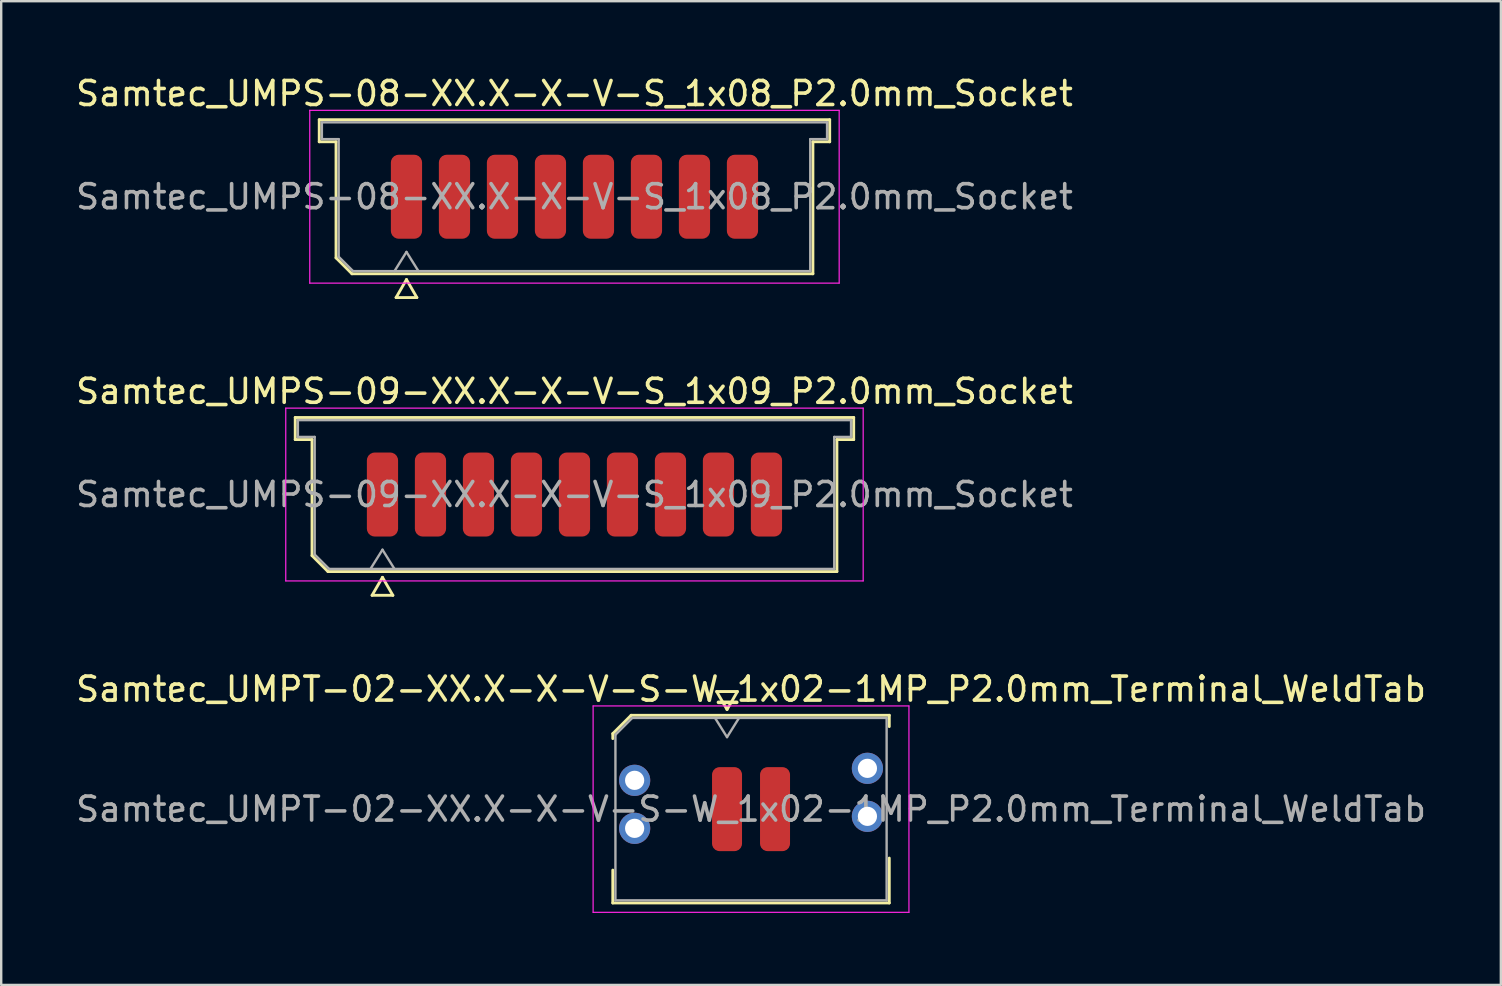
<source format=kicad_pcb>
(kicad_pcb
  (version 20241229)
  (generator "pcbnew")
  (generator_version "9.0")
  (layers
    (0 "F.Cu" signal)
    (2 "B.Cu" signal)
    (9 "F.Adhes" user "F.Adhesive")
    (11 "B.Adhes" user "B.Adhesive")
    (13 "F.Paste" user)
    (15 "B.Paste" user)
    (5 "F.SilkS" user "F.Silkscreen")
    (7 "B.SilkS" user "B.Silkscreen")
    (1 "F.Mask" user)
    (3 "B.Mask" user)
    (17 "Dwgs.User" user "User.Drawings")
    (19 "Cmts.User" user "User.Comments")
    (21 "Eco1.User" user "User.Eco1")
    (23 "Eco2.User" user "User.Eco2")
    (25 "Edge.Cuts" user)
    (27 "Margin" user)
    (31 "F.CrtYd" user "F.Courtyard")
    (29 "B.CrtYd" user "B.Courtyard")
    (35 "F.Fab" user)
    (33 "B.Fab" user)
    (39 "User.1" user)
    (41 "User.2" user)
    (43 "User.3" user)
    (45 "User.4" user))
  (footprint "Samtec_UMPS-08-XX.X-X-V-S_1x08_P2.0mm_Socket"
    (layer "F.Cu")
    (at 20.887 5.148)
    (property "Reference" "Samtec_UMPS-08-XX.X-X-V-S_1x08_P2.0mm_Socket" (at 0 -4.3 0) (layer "F.SilkS") (effects (font (size 1 1) (thickness 0.15))))
    (attr smd)
    (fp_line (start -10.635 -3.21) (end 10.635 -3.21) (stroke (width 0.12) (type solid)) (layer "F.SilkS"))
    (fp_line (start -10.635 -2.29) (end -10.635 -3.21) (stroke (width 0.12) (type solid)) (layer "F.SilkS"))
    (fp_line (start -9.935 -2.29) (end -10.635 -2.29) (stroke (width 0.12) (type solid)) (layer "F.SilkS"))
    (fp_line (start -9.935 2.546) (end -9.935 -2.29) (stroke (width 0.12) (type solid)) (layer "F.SilkS"))
    (fp_line (start -9.271 3.21) (end -9.935 2.546) (stroke (width 0.12) (type solid)) (layer "F.SilkS"))
    (fp_line (start -7.433 4.2) (end -7 3.45) (stroke (width 0.12) (type solid)) (layer "F.SilkS"))
    (fp_line (start -7 3.45) (end -6.567 4.2) (stroke (width 0.12) (type solid)) (layer "F.SilkS"))
    (fp_line (start -6.567 4.2) (end -7.433 4.2) (stroke (width 0.12) (type solid)) (layer "F.SilkS"))
    (fp_line (start 9.935 -2.29) (end 9.935 3.21) (stroke (width 0.12) (type solid)) (layer "F.SilkS"))
    (fp_line (start 9.935 3.21) (end -9.271 3.21) (stroke (width 0.12) (type solid)) (layer "F.SilkS"))
    (fp_line (start 10.635 -3.21) (end 10.635 -2.29) (stroke (width 0.12) (type solid)) (layer "F.SilkS"))
    (fp_line (start 10.635 -2.29) (end 9.935 -2.29) (stroke (width 0.12) (type solid)) (layer "F.SilkS"))
    (fp_line (start -11.03 -3.6) (end -11.03 3.6) (stroke (width 0.05) (type solid)) (layer "F.CrtYd"))
    (fp_line (start -11.03 3.6) (end 11.03 3.6) (stroke (width 0.05) (type solid)) (layer "F.CrtYd"))
    (fp_line (start 11.03 -3.6) (end -11.03 -3.6) (stroke (width 0.05) (type solid)) (layer "F.CrtYd"))
    (fp_line (start 11.03 3.6) (end 11.03 -3.6) (stroke (width 0.05) (type solid)) (layer "F.CrtYd"))
    (fp_line (start -10.525 -3.1) (end 10.525 -3.1) (stroke (width 0.1) (type solid)) (layer "F.Fab"))
    (fp_line (start -10.525 -2.4) (end -10.525 -3.1) (stroke (width 0.1) (type solid)) (layer "F.Fab"))
    (fp_line (start -9.825 -2.4) (end -10.525 -2.4) (stroke (width 0.1) (type solid)) (layer "F.Fab"))
    (fp_line (start -9.825 2.5) (end -9.825 -2.4) (stroke (width 0.1) (type solid)) (layer "F.Fab"))
    (fp_line (start -9.225 3.1) (end -9.825 2.5) (stroke (width 0.1) (type solid)) (layer "F.Fab"))
    (fp_line (start -7.5 3.1) (end -7 2.3) (stroke (width 0.1) (type solid)) (layer "F.Fab"))
    (fp_line (start -7 2.3) (end -6.5 3.1) (stroke (width 0.1) (type solid)) (layer "F.Fab"))
    (fp_line (start 9.825 -2.4) (end 9.825 3.1) (stroke (width 0.1) (type solid)) (layer "F.Fab"))
    (fp_line (start 9.825 3.1) (end -9.225 3.1) (stroke (width 0.1) (type solid)) (layer "F.Fab"))
    (fp_line (start 10.525 -3.1) (end 10.525 -2.4) (stroke (width 0.1) (type solid)) (layer "F.Fab"))
    (fp_line (start 10.525 -2.4) (end 9.825 -2.4) (stroke (width 0.1) (type solid)) (layer "F.Fab"))
    (fp_text user "${REFERENCE}" (at 0 0 0) (layer "F.Fab") (effects (font (size 1 1) (thickness 0.15))))
    (pad "1" smd roundrect (at -7 0) (size 1.3 3.5) (layers "F.Cu" "F.Mask" "F.Paste") (roundrect_rratio 0.25))
    (pad "2" smd roundrect (at -5 0) (size 1.3 3.5) (layers "F.Cu" "F.Mask" "F.Paste") (roundrect_rratio 0.25))
    (pad "3" smd roundrect (at -3 0) (size 1.3 3.5) (layers "F.Cu" "F.Mask" "F.Paste") (roundrect_rratio 0.25))
    (pad "4" smd roundrect (at -1 0) (size 1.3 3.5) (layers "F.Cu" "F.Mask" "F.Paste") (roundrect_rratio 0.25))
    (pad "5" smd roundrect (at 1 0) (size 1.3 3.5) (layers "F.Cu" "F.Mask" "F.Paste") (roundrect_rratio 0.25))
    (pad "6" smd roundrect (at 3 0) (size 1.3 3.5) (layers "F.Cu" "F.Mask" "F.Paste") (roundrect_rratio 0.25))
    (pad "7" smd roundrect (at 5 0) (size 1.3 3.5) (layers "F.Cu" "F.Mask" "F.Paste") (roundrect_rratio 0.25))
    (pad "8" smd roundrect (at 7 0) (size 1.3 3.5) (layers "F.Cu" "F.Mask" "F.Paste") (roundrect_rratio 0.25)))
  (footprint "Samtec_UMPS-09-XX.X-X-V-S_1x09_P2.0mm_Socket"
    (layer "F.Cu")
    (at 20.887 17.556)
    (property "Reference" "Samtec_UMPS-09-XX.X-X-V-S_1x09_P2.0mm_Socket" (at 0 -4.3 0) (layer "F.SilkS") (effects (font (size 1 1) (thickness 0.15))))
    (attr smd)
    (fp_line (start -11.635 -3.21) (end 11.635 -3.21) (stroke (width 0.12) (type solid)) (layer "F.SilkS"))
    (fp_line (start -11.635 -2.29) (end -11.635 -3.21) (stroke (width 0.12) (type solid)) (layer "F.SilkS"))
    (fp_line (start -10.935 -2.29) (end -11.635 -2.29) (stroke (width 0.12) (type solid)) (layer "F.SilkS"))
    (fp_line (start -10.935 2.546) (end -10.935 -2.29) (stroke (width 0.12) (type solid)) (layer "F.SilkS"))
    (fp_line (start -10.271 3.21) (end -10.935 2.546) (stroke (width 0.12) (type solid)) (layer "F.SilkS"))
    (fp_line (start -8.433 4.2) (end -8 3.45) (stroke (width 0.12) (type solid)) (layer "F.SilkS"))
    (fp_line (start -8 3.45) (end -7.567 4.2) (stroke (width 0.12) (type solid)) (layer "F.SilkS"))
    (fp_line (start -7.567 4.2) (end -8.433 4.2) (stroke (width 0.12) (type solid)) (layer "F.SilkS"))
    (fp_line (start 10.935 -2.29) (end 10.935 3.21) (stroke (width 0.12) (type solid)) (layer "F.SilkS"))
    (fp_line (start 10.935 3.21) (end -10.271 3.21) (stroke (width 0.12) (type solid)) (layer "F.SilkS"))
    (fp_line (start 11.635 -3.21) (end 11.635 -2.29) (stroke (width 0.12) (type solid)) (layer "F.SilkS"))
    (fp_line (start 11.635 -2.29) (end 10.935 -2.29) (stroke (width 0.12) (type solid)) (layer "F.SilkS"))
    (fp_line (start -12.03 -3.6) (end -12.03 3.6) (stroke (width 0.05) (type solid)) (layer "F.CrtYd"))
    (fp_line (start -12.03 3.6) (end 12.03 3.6) (stroke (width 0.05) (type solid)) (layer "F.CrtYd"))
    (fp_line (start 12.03 -3.6) (end -12.03 -3.6) (stroke (width 0.05) (type solid)) (layer "F.CrtYd"))
    (fp_line (start 12.03 3.6) (end 12.03 -3.6) (stroke (width 0.05) (type solid)) (layer "F.CrtYd"))
    (fp_line (start -11.525 -3.1) (end 11.525 -3.1) (stroke (width 0.1) (type solid)) (layer "F.Fab"))
    (fp_line (start -11.525 -2.4) (end -11.525 -3.1) (stroke (width 0.1) (type solid)) (layer "F.Fab"))
    (fp_line (start -10.825 -2.4) (end -11.525 -2.4) (stroke (width 0.1) (type solid)) (layer "F.Fab"))
    (fp_line (start -10.825 2.5) (end -10.825 -2.4) (stroke (width 0.1) (type solid)) (layer "F.Fab"))
    (fp_line (start -10.225 3.1) (end -10.825 2.5) (stroke (width 0.1) (type solid)) (layer "F.Fab"))
    (fp_line (start -8.5 3.1) (end -8 2.3) (stroke (width 0.1) (type solid)) (layer "F.Fab"))
    (fp_line (start -8 2.3) (end -7.5 3.1) (stroke (width 0.1) (type solid)) (layer "F.Fab"))
    (fp_line (start 10.825 -2.4) (end 10.825 3.1) (stroke (width 0.1) (type solid)) (layer "F.Fab"))
    (fp_line (start 10.825 3.1) (end -10.225 3.1) (stroke (width 0.1) (type solid)) (layer "F.Fab"))
    (fp_line (start 11.525 -3.1) (end 11.525 -2.4) (stroke (width 0.1) (type solid)) (layer "F.Fab"))
    (fp_line (start 11.525 -2.4) (end 10.825 -2.4) (stroke (width 0.1) (type solid)) (layer "F.Fab"))
    (fp_text user "${REFERENCE}" (at 0 0 0) (layer "F.Fab") (effects (font (size 1 1) (thickness 0.15))))
    (pad "1" smd roundrect (at -8 0) (size 1.3 3.5) (layers "F.Cu" "F.Mask" "F.Paste") (roundrect_rratio 0.25))
    (pad "2" smd roundrect (at -6 0) (size 1.3 3.5) (layers "F.Cu" "F.Mask" "F.Paste") (roundrect_rratio 0.25))
    (pad "3" smd roundrect (at -4 0) (size 1.3 3.5) (layers "F.Cu" "F.Mask" "F.Paste") (roundrect_rratio 0.25))
    (pad "4" smd roundrect (at -2 0) (size 1.3 3.5) (layers "F.Cu" "F.Mask" "F.Paste") (roundrect_rratio 0.25))
    (pad "5" smd roundrect (at 0 0) (size 1.3 3.5) (layers "F.Cu" "F.Mask" "F.Paste") (roundrect_rratio 0.25))
    (pad "6" smd roundrect (at 2 0) (size 1.3 3.5) (layers "F.Cu" "F.Mask" "F.Paste") (roundrect_rratio 0.25))
    (pad "7" smd roundrect (at 4 0) (size 1.3 3.5) (layers "F.Cu" "F.Mask" "F.Paste") (roundrect_rratio 0.25))
    (pad "8" smd roundrect (at 6 0) (size 1.3 3.5) (layers "F.Cu" "F.Mask" "F.Paste") (roundrect_rratio 0.25))
    (pad "9" smd roundrect (at 8 0) (size 1.3 3.5) (layers "F.Cu" "F.Mask" "F.Paste") (roundrect_rratio 0.25)))
  (footprint "Samtec_UMPT-02-XX.X-X-V-S-W_1x02-1MP_P2.0mm_Terminal_WeldTab"
    (layer "F.Cu")
    (at 28.244 30.665)
    (property "Reference" "Samtec_UMPT-02-XX.X-X-V-S-W_1x02-1MP_P2.0mm_Terminal_WeldTab" (at 0 -5 0) (layer "F.SilkS") (effects (font (size 1 1) (thickness 0.15))))
    (attr smd)
    (fp_line (start -5.76 -3.146) (end -4.996 -3.91) (stroke (width 0.12) (type solid)) (layer "F.SilkS"))
    (fp_line (start -5.76 -2.94) (end -5.76 -3.146) (stroke (width 0.12) (type solid)) (layer "F.SilkS"))
    (fp_line (start -5.76 3.91) (end -5.76 2.54) (stroke (width 0.12) (type solid)) (layer "F.SilkS"))
    (fp_line (start -4.996 -3.91) (end 5.76 -3.91) (stroke (width 0.12) (type solid)) (layer "F.SilkS"))
    (fp_line (start -1.433 -4.9) (end -1 -4.15) (stroke (width 0.12) (type solid)) (layer "F.SilkS"))
    (fp_line (start -1 -4.15) (end -0.567 -4.9) (stroke (width 0.12) (type solid)) (layer "F.SilkS"))
    (fp_line (start -0.567 -4.9) (end -1.433 -4.9) (stroke (width 0.12) (type solid)) (layer "F.SilkS"))
    (fp_line (start 5.76 -3.91) (end 5.76 -3.44) (stroke (width 0.12) (type solid)) (layer "F.SilkS"))
    (fp_line (start 5.76 2.04) (end 5.76 3.91) (stroke (width 0.12) (type solid)) (layer "F.SilkS"))
    (fp_line (start 5.76 3.91) (end -5.76 3.91) (stroke (width 0.12) (type solid)) (layer "F.SilkS"))
    (fp_line (start -6.58 -4.3) (end -6.58 4.3) (stroke (width 0.05) (type solid)) (layer "F.CrtYd"))
    (fp_line (start -6.58 4.3) (end 6.58 4.3) (stroke (width 0.05) (type solid)) (layer "F.CrtYd"))
    (fp_line (start 6.58 -4.3) (end -6.58 -4.3) (stroke (width 0.05) (type solid)) (layer "F.CrtYd"))
    (fp_line (start 6.58 4.3) (end 6.58 -4.3) (stroke (width 0.05) (type solid)) (layer "F.CrtYd"))
    (fp_line (start -5.65 -3.1) (end -4.95 -3.8) (stroke (width 0.1) (type solid)) (layer "F.Fab"))
    (fp_line (start -5.65 3.8) (end -5.65 -3.1) (stroke (width 0.1) (type solid)) (layer "F.Fab"))
    (fp_line (start -4.95 -3.8) (end 5.65 -3.8) (stroke (width 0.1) (type solid)) (layer "F.Fab"))
    (fp_line (start -1.5 -3.8) (end -1 -3) (stroke (width 0.1) (type solid)) (layer "F.Fab"))
    (fp_line (start -1 -3) (end -0.5 -3.8) (stroke (width 0.1) (type solid)) (layer "F.Fab"))
    (fp_line (start 5.65 -3.8) (end 5.65 3.8) (stroke (width 0.1) (type solid)) (layer "F.Fab"))
    (fp_line (start 5.65 3.8) (end -5.65 3.8) (stroke (width 0.1) (type solid)) (layer "F.Fab"))
    (fp_text user "${REFERENCE}" (at 0 0 0) (layer "F.Fab") (effects (font (size 1 1) (thickness 0.15))))
    (pad "" smd rect (at -4.85 -1.54) (size 2.45 2.28) (layers "F.Paste"))
    (pad "" smd rect (at -4.85 1.14) (size 2.45 2.28) (layers "F.Paste"))
    (pad "" smd rect (at 4.85 -2.04) (size 2.45 2.28) (layers "F.Paste"))
    (pad "" smd rect (at 4.85 0.64) (size 2.45 2.28) (layers "F.Paste"))
    (pad "1" smd roundrect (at -1 0) (size 1.25 3.5) (layers "F.Cu" "F.Mask" "F.Paste") (roundrect_rratio 0.25))
    (pad "2" smd roundrect (at 1 0) (size 1.25 3.5) (layers "F.Cu" "F.Mask" "F.Paste") (roundrect_rratio 0.25))
    (pad "MP" thru_hole circle (at -4.85 -1.2) (size 1.3 1.3) (drill 0.8) (layers "*.Cu" "*.Mask"))
    (pad "MP" thru_hole circle (at -4.85 0.8) (size 1.3 1.3) (drill 0.8) (layers "*.Cu" "*.Mask"))
    (pad "MP" thru_hole circle (at 4.85 -1.7) (size 1.3 1.3) (drill 0.8) (layers "*.Cu" "*.Mask"))
    (pad "MP" thru_hole circle (at 4.85 0.3) (size 1.3 1.3) (drill 0.8) (layers "*.Cu" "*.Mask")))
  (gr_rect
    (start -3 -3)
    (end 59.488 37.99)
    (stroke (width 0.1) (type default))
    (fill no)
    (layer "Edge.Cuts")))
</source>
